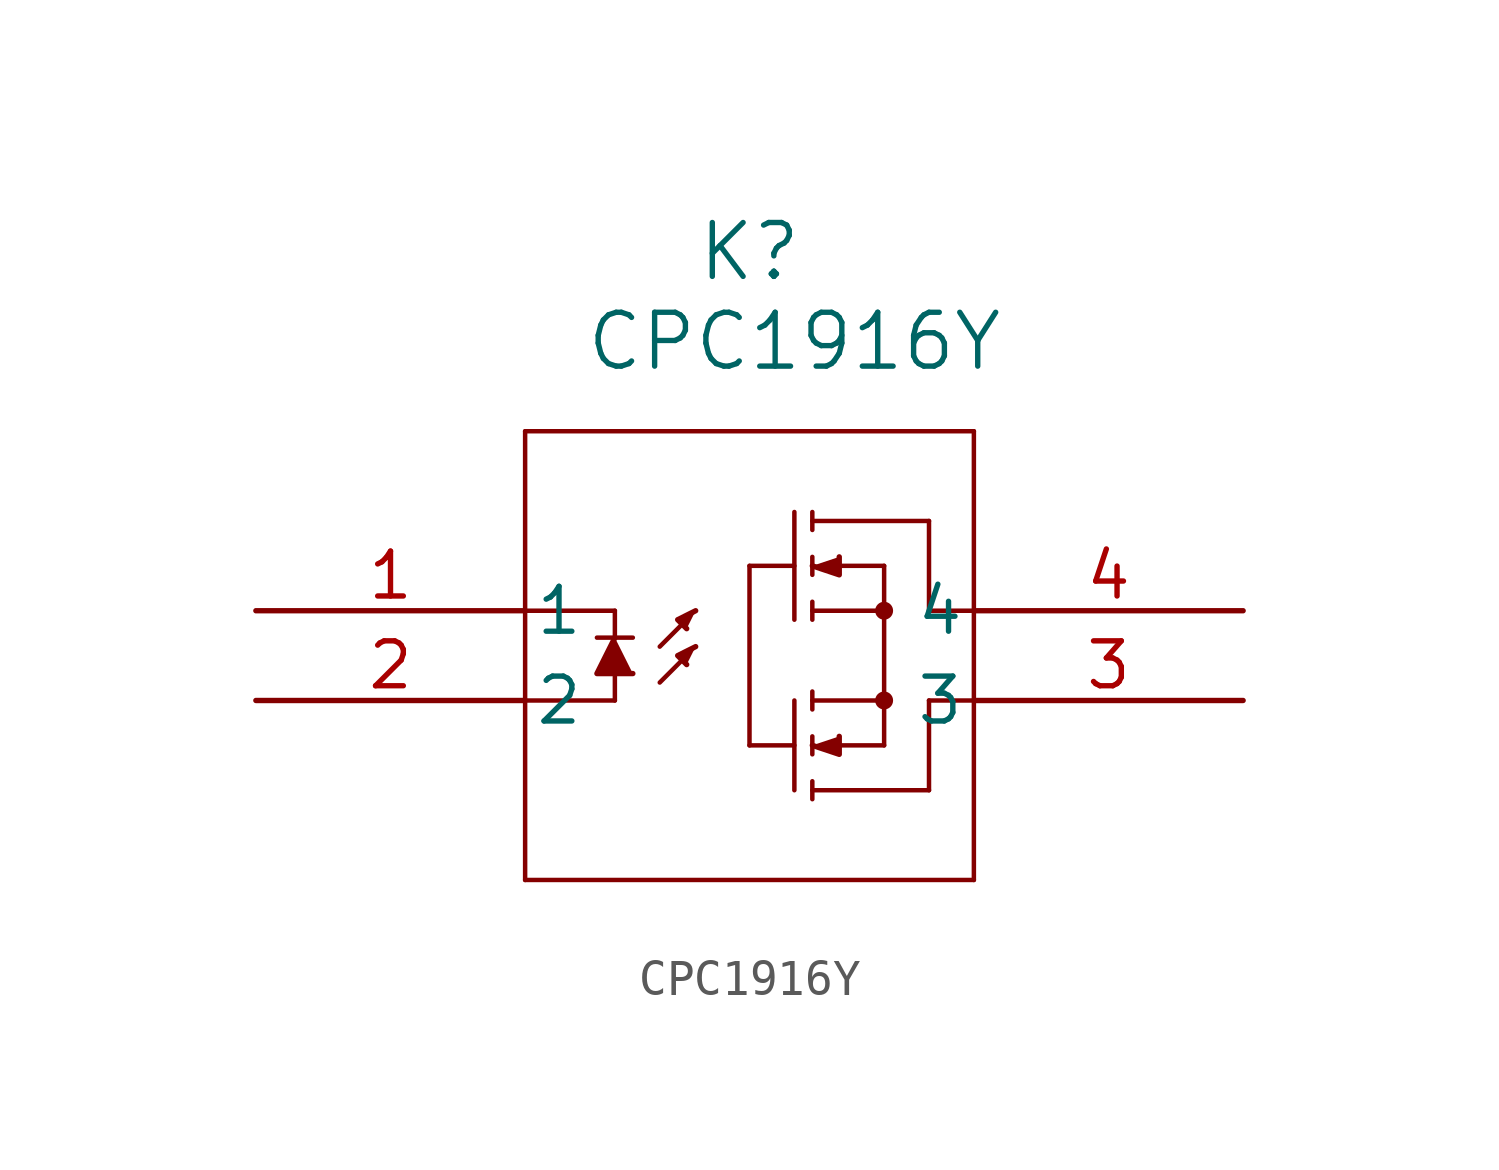
<source format=kicad_sym>
(kicad_symbol_lib
  (version 20211014)
  (generator kicad_symbol_editor)
  (symbol "CPC1916Y"
    (pin_names
      (offset 0.254))
    (property "Reference" "K"
      (at 13.97 10.16 0)
      (effects (font (size 1.524 1.524))))
    (property "Value" "CPC1916Y"
      (at 15.24 7.62 0)
      (effects (font (size 1.524 1.524))))
    (symbol "CPC1916Y_0_1"
      (polyline (pts (xy 7.62 5.08) (xy 7.62 -7.62)) (stroke (width 0.127) (type default) (color 0 0 0 0)) (fill (type none)))
      (polyline (pts (xy 7.62 -7.62) (xy 20.32 -7.62)) (stroke (width 0.127) (type default) (color 0 0 0 0)) (fill (type none)))
      (polyline (pts (xy 20.32 -7.62) (xy 20.32 5.08)) (stroke (width 0.127) (type default) (color 0 0 0 0)) (fill (type none)))
      (polyline (pts (xy 20.32 5.08) (xy 7.62 5.08)) (stroke (width 0.127) (type default) (color 0 0 0 0)) (fill (type none)))
      (polyline (pts (xy 13.97 1.27) (xy 13.97 -3.81)) (stroke (width 0.127) (type default) (color 0 0 0 0)) (fill (type none)))
      (polyline (pts (xy 15.24 2.794) (xy 15.24 -0.254)) (stroke (width 0.127) (type default) (color 0 0 0 0)) (fill (type none)))
      (polyline (pts (xy 15.24 -2.54) (xy 15.24 -5.08)) (stroke (width 0.127) (type default) (color 0 0 0 0)) (fill (type none)))
      (polyline (pts (xy 16.51 -3.81) (xy 17.78 -3.81)) (stroke (width 0.127) (type default) (color 0 0 0 0)) (fill (type none)))
      (polyline (pts (xy 15.748 -5.08) (xy 19.05 -5.08)) (stroke (width 0.127) (type default) (color 0 0 0 0)) (fill (type none)))
      (polyline (pts (xy 19.05 -2.54) (xy 19.05 -5.08)) (stroke (width 0.127) (type default) (color 0 0 0 0)) (fill (type none)))
      (polyline (pts (xy 15.748 -2.54) (xy 17.78 -2.54)) (stroke (width 0.127) (type default) (color 0 0 0 0)) (fill (type none)))
      (polyline (pts (xy 17.78 -3.81) (xy 17.78 1.27)) (stroke (width 0.127) (type default) (color 0 0 0 0)) (fill (type none)))
      (polyline (pts (xy 17.78 1.27) (xy 16.51 1.27)) (stroke (width 0.127) (type default) (color 0 0 0 0)) (fill (type none)))
      (polyline (pts (xy 17.78 0) (xy 15.748 0)) (stroke (width 0.127) (type default) (color 0 0 0 0)) (fill (type none)))
      (polyline (pts (xy 15.748 2.54) (xy 19.05 2.54)) (stroke (width 0.127) (type default) (color 0 0 0 0)) (fill (type none)))
      (polyline (pts (xy 19.05 2.54) (xy 19.05 0)) (stroke (width 0.127) (type default) (color 0 0 0 0)) (fill (type none)))
      (polyline (pts (xy 19.05 -2.54) (xy 20.32 -2.54)) (stroke (width 0.127) (type default) (color 0 0 0 0)) (fill (type none)))
      (polyline (pts (xy 19.05 0) (xy 20.32 0)) (stroke (width 0.127) (type default) (color 0 0 0 0)) (fill (type none)))
      (polyline (pts (xy 13.97 1.27) (xy 15.24 1.27)) (stroke (width 0.127) (type default) (color 0 0 0 0)) (fill (type none)))
      (polyline (pts (xy 13.97 -3.81) (xy 15.24 -3.81)) (stroke (width 0.127) (type default) (color 0 0 0 0)) (fill (type none)))
      (polyline (pts (xy 15.748 2.794) (xy 15.748 2.286)) (stroke (width 0.127) (type default) (color 0 0 0 0)) (fill (type none)))
      (polyline (pts (xy 15.748 1.524) (xy 15.748 1.016)) (stroke (width 0.127) (type default) (color 0 0 0 0)) (fill (type none)))
      (polyline (pts (xy 15.748 0.254) (xy 15.748 -0.254)) (stroke (width 0.127) (type default) (color 0 0 0 0)) (fill (type none)))
      (polyline (pts (xy 15.748 -2.286) (xy 15.748 -2.794)) (stroke (width 0.127) (type default) (color 0 0 0 0)) (fill (type none)))
      (polyline (pts (xy 15.748 -3.556) (xy 15.748 -4.064)) (stroke (width 0.127) (type default) (color 0 0 0 0)) (fill (type none)))
      (polyline (pts (xy 15.748 -4.826) (xy 15.748 -5.334)) (stroke (width 0.127) (type default) (color 0 0 0 0)) (fill (type none)))
      (polyline (pts (xy 15.748 1.27) (xy 16.51 1.016) (xy 16.51 1.524)) (stroke (width 0) (type default) (color 0 0 0 0)) (fill (type outline)))
      (polyline (pts (xy 15.748 -3.81) (xy 16.51 -4.064) (xy 16.51 -3.556)) (stroke (width 0) (type default) (color 0 0 0 0)) (fill (type outline)))
      (circle (center 17.78 -2.54) (radius 0.127) (stroke (width 0.254) (type default) (color 0 0 0 0)) (fill (type none)))
      (circle (center 17.78 0) (radius 0.127) (stroke (width 0.254) (type default) (color 0 0 0 0)) (fill (type none)))
      (polyline (pts (xy 10.16 -2.54) (xy 10.16 -1.778)) (stroke (width 0.127) (type default) (color 0 0 0 0)) (fill (type none)))
      (polyline (pts (xy 9.652 -0.762) (xy 10.668 -0.762)) (stroke (width 0.127) (type default) (color 0 0 0 0)) (fill (type none)))
      (polyline (pts (xy 10.16 -0.762) (xy 10.16 0)) (stroke (width 0.127) (type default) (color 0 0 0 0)) (fill (type none)))
      (polyline (pts (xy 10.16 -0.762) (xy 9.652 -1.778) (xy 10.668 -1.778)) (stroke (width 0) (type default) (color 0 0 0 0)) (fill (type outline)))
      (polyline (pts (xy 11.43 -1.016) (xy 12.192 -0.254)) (stroke (width 0.127) (type default) (color 0 0 0 0)) (fill (type none)))
      (polyline (pts (xy 12.446 0) (xy 11.938 -0.254) (xy 12.192 -0.508)) (stroke (width 0) (type default) (color 0 0 0 0)) (fill (type outline)))
      (polyline (pts (xy 11.43 -2.032) (xy 12.192 -1.27)) (stroke (width 0.127) (type default) (color 0 0 0 0)) (fill (type none)))
      (polyline (pts (xy 12.446 -1.016) (xy 11.938 -1.27) (xy 12.192 -1.524)) (stroke (width 0) (type default) (color 0 0 0 0)) (fill (type outline)))
      (polyline (pts (xy 7.62 0) (xy 10.16 0)) (stroke (width 0.127) (type default) (color 0 0 0 0)) (fill (type none)))
      (polyline (pts (xy 7.62 -2.54) (xy 10.16 -2.54)) (stroke (width 0.127) (type default) (color 0 0 0 0)) (fill (type none)))
      (pin unspecified line (at 0 0 0) (length 7.62) (name "1" (effects (font (size 1.27 1.27)))) (number "1" (effects (font (size 1.27 1.27)))))
      (pin unspecified line (at 0 -2.54 0) (length 7.62) (name "2" (effects (font (size 1.27 1.27)))) (number "2" (effects (font (size 1.27 1.27)))))
      (pin unspecified line (at 27.94 -2.54 180) (length 7.62) (name "3" (effects (font (size 1.27 1.27)))) (number "3" (effects (font (size 1.27 1.27)))))
      (pin unspecified line (at 27.94 0 180) (length 7.62) (name "4" (effects (font (size 1.27 1.27)))) (number "4" (effects (font (size 1.27 1.27))))))))
</source>
